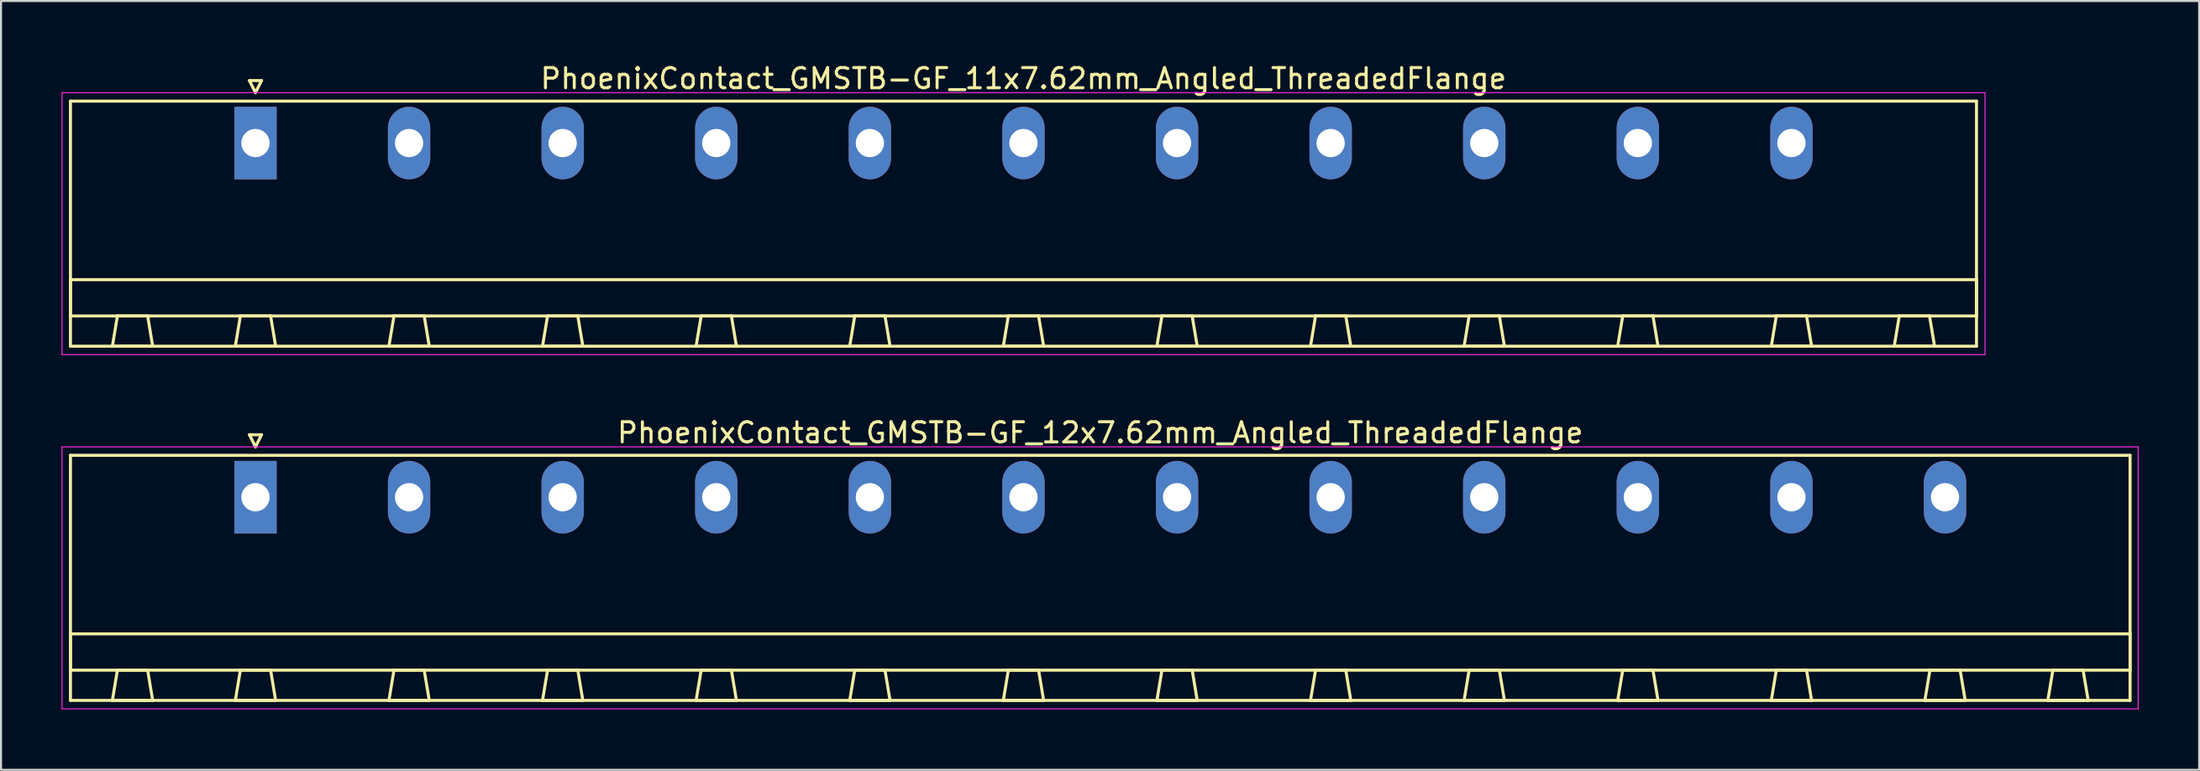
<source format=kicad_pcb>
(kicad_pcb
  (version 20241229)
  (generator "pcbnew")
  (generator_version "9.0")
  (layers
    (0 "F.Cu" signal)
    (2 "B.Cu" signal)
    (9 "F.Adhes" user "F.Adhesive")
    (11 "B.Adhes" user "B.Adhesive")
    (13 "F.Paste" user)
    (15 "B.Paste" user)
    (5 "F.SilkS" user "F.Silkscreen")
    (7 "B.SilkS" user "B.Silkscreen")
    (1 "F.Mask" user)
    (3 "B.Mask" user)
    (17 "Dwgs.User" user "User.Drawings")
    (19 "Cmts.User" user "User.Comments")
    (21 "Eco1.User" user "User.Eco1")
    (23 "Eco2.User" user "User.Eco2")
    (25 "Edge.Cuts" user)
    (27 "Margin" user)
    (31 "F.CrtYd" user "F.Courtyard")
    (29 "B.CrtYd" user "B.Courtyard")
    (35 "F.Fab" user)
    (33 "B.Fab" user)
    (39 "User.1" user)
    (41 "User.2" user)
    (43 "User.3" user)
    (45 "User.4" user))
  (footprint "PhoenixContact_GMSTB-GF_11x7.62mm_Angled_ThreadedFlange"
    (layer "F.Cu")
    (at 9.625 4.048)
    (property "Reference" "PhoenixContact_GMSTB-GF_11x7.62mm_Angled_ThreadedFlange" (at 38.1 -3.2 0) (layer "F.SilkS") (effects (font (size 1 1) (thickness 0.15))))
    (attr through_hole)
    (fp_line (start -9.18 -2.08) (end -9.18 10.08) (stroke (width 0.15) (type solid)) (layer "F.SilkS"))
    (fp_line (start -9.18 6.78) (end 85.38 6.78) (stroke (width 0.15) (type solid)) (layer "F.SilkS"))
    (fp_line (start -9.18 8.58) (end -9.18 6.78) (stroke (width 0.15) (type solid)) (layer "F.SilkS"))
    (fp_line (start -9.18 10.08) (end 85.38 10.08) (stroke (width 0.15) (type solid)) (layer "F.SilkS"))
    (fp_line (start -7.1 10.08) (end -5.1 10.08) (stroke (width 0.15) (type solid)) (layer "F.SilkS"))
    (fp_line (start -6.85 8.58) (end -7.1 10.08) (stroke (width 0.15) (type solid)) (layer "F.SilkS"))
    (fp_line (start -5.35 8.58) (end -6.85 8.58) (stroke (width 0.15) (type solid)) (layer "F.SilkS"))
    (fp_line (start -5.1 10.08) (end -5.35 8.58) (stroke (width 0.15) (type solid)) (layer "F.SilkS"))
    (fp_line (start -1 10.08) (end 1 10.08) (stroke (width 0.15) (type solid)) (layer "F.SilkS"))
    (fp_line (start -0.75 8.58) (end -1 10.08) (stroke (width 0.15) (type solid)) (layer "F.SilkS"))
    (fp_line (start -0.3 -3.1) (end 0 -2.5) (stroke (width 0.15) (type solid)) (layer "F.SilkS"))
    (fp_line (start 0 -2.5) (end 0.3 -3.1) (stroke (width 0.15) (type solid)) (layer "F.SilkS"))
    (fp_line (start 0.3 -3.1) (end -0.3 -3.1) (stroke (width 0.15) (type solid)) (layer "F.SilkS"))
    (fp_line (start 0.75 8.58) (end -0.75 8.58) (stroke (width 0.15) (type solid)) (layer "F.SilkS"))
    (fp_line (start 1 10.08) (end 0.75 8.58) (stroke (width 0.15) (type solid)) (layer "F.SilkS"))
    (fp_line (start 6.62 10.08) (end 8.62 10.08) (stroke (width 0.15) (type solid)) (layer "F.SilkS"))
    (fp_line (start 6.87 8.58) (end 6.62 10.08) (stroke (width 0.15) (type solid)) (layer "F.SilkS"))
    (fp_line (start 8.37 8.58) (end 6.87 8.58) (stroke (width 0.15) (type solid)) (layer "F.SilkS"))
    (fp_line (start 8.62 10.08) (end 8.37 8.58) (stroke (width 0.15) (type solid)) (layer "F.SilkS"))
    (fp_line (start 14.24 10.08) (end 16.24 10.08) (stroke (width 0.15) (type solid)) (layer "F.SilkS"))
    (fp_line (start 14.49 8.58) (end 14.24 10.08) (stroke (width 0.15) (type solid)) (layer "F.SilkS"))
    (fp_line (start 15.99 8.58) (end 14.49 8.58) (stroke (width 0.15) (type solid)) (layer "F.SilkS"))
    (fp_line (start 16.24 10.08) (end 15.99 8.58) (stroke (width 0.15) (type solid)) (layer "F.SilkS"))
    (fp_line (start 21.86 10.08) (end 23.86 10.08) (stroke (width 0.15) (type solid)) (layer "F.SilkS"))
    (fp_line (start 22.11 8.58) (end 21.86 10.08) (stroke (width 0.15) (type solid)) (layer "F.SilkS"))
    (fp_line (start 23.61 8.58) (end 22.11 8.58) (stroke (width 0.15) (type solid)) (layer "F.SilkS"))
    (fp_line (start 23.86 10.08) (end 23.61 8.58) (stroke (width 0.15) (type solid)) (layer "F.SilkS"))
    (fp_line (start 29.48 10.08) (end 31.48 10.08) (stroke (width 0.15) (type solid)) (layer "F.SilkS"))
    (fp_line (start 29.73 8.58) (end 29.48 10.08) (stroke (width 0.15) (type solid)) (layer "F.SilkS"))
    (fp_line (start 31.23 8.58) (end 29.73 8.58) (stroke (width 0.15) (type solid)) (layer "F.SilkS"))
    (fp_line (start 31.48 10.08) (end 31.23 8.58) (stroke (width 0.15) (type solid)) (layer "F.SilkS"))
    (fp_line (start 37.1 10.08) (end 39.1 10.08) (stroke (width 0.15) (type solid)) (layer "F.SilkS"))
    (fp_line (start 37.35 8.58) (end 37.1 10.08) (stroke (width 0.15) (type solid)) (layer "F.SilkS"))
    (fp_line (start 38.85 8.58) (end 37.35 8.58) (stroke (width 0.15) (type solid)) (layer "F.SilkS"))
    (fp_line (start 39.1 10.08) (end 38.85 8.58) (stroke (width 0.15) (type solid)) (layer "F.SilkS"))
    (fp_line (start 44.72 10.08) (end 46.72 10.08) (stroke (width 0.15) (type solid)) (layer "F.SilkS"))
    (fp_line (start 44.97 8.58) (end 44.72 10.08) (stroke (width 0.15) (type solid)) (layer "F.SilkS"))
    (fp_line (start 46.47 8.58) (end 44.97 8.58) (stroke (width 0.15) (type solid)) (layer "F.SilkS"))
    (fp_line (start 46.72 10.08) (end 46.47 8.58) (stroke (width 0.15) (type solid)) (layer "F.SilkS"))
    (fp_line (start 52.34 10.08) (end 54.34 10.08) (stroke (width 0.15) (type solid)) (layer "F.SilkS"))
    (fp_line (start 52.59 8.58) (end 52.34 10.08) (stroke (width 0.15) (type solid)) (layer "F.SilkS"))
    (fp_line (start 54.09 8.58) (end 52.59 8.58) (stroke (width 0.15) (type solid)) (layer "F.SilkS"))
    (fp_line (start 54.34 10.08) (end 54.09 8.58) (stroke (width 0.15) (type solid)) (layer "F.SilkS"))
    (fp_line (start 59.96 10.08) (end 61.96 10.08) (stroke (width 0.15) (type solid)) (layer "F.SilkS"))
    (fp_line (start 60.21 8.58) (end 59.96 10.08) (stroke (width 0.15) (type solid)) (layer "F.SilkS"))
    (fp_line (start 61.71 8.58) (end 60.21 8.58) (stroke (width 0.15) (type solid)) (layer "F.SilkS"))
    (fp_line (start 61.96 10.08) (end 61.71 8.58) (stroke (width 0.15) (type solid)) (layer "F.SilkS"))
    (fp_line (start 67.58 10.08) (end 69.58 10.08) (stroke (width 0.15) (type solid)) (layer "F.SilkS"))
    (fp_line (start 67.83 8.58) (end 67.58 10.08) (stroke (width 0.15) (type solid)) (layer "F.SilkS"))
    (fp_line (start 69.33 8.58) (end 67.83 8.58) (stroke (width 0.15) (type solid)) (layer "F.SilkS"))
    (fp_line (start 69.58 10.08) (end 69.33 8.58) (stroke (width 0.15) (type solid)) (layer "F.SilkS"))
    (fp_line (start 75.2 10.08) (end 77.2 10.08) (stroke (width 0.15) (type solid)) (layer "F.SilkS"))
    (fp_line (start 75.45 8.58) (end 75.2 10.08) (stroke (width 0.15) (type solid)) (layer "F.SilkS"))
    (fp_line (start 76.95 8.58) (end 75.45 8.58) (stroke (width 0.15) (type solid)) (layer "F.SilkS"))
    (fp_line (start 77.2 10.08) (end 76.95 8.58) (stroke (width 0.15) (type solid)) (layer "F.SilkS"))
    (fp_line (start 81.3 10.08) (end 83.3 10.08) (stroke (width 0.15) (type solid)) (layer "F.SilkS"))
    (fp_line (start 81.55 8.58) (end 81.3 10.08) (stroke (width 0.15) (type solid)) (layer "F.SilkS"))
    (fp_line (start 83.05 8.58) (end 81.55 8.58) (stroke (width 0.15) (type solid)) (layer "F.SilkS"))
    (fp_line (start 83.3 10.08) (end 83.05 8.58) (stroke (width 0.15) (type solid)) (layer "F.SilkS"))
    (fp_line (start 85.38 -2.08) (end -9.18 -2.08) (stroke (width 0.15) (type solid)) (layer "F.SilkS"))
    (fp_line (start 85.38 6.78) (end 85.38 8.58) (stroke (width 0.15) (type solid)) (layer "F.SilkS"))
    (fp_line (start 85.38 8.58) (end -9.18 8.58) (stroke (width 0.15) (type solid)) (layer "F.SilkS"))
    (fp_line (start 85.38 10.08) (end 85.38 -2.08) (stroke (width 0.15) (type solid)) (layer "F.SilkS"))
    (fp_line (start -9.6 -2.5) (end -9.6 10.5) (stroke (width 0.05) (type solid)) (layer "F.CrtYd"))
    (fp_line (start -9.6 10.5) (end 85.8 10.5) (stroke (width 0.05) (type solid)) (layer "F.CrtYd"))
    (fp_line (start 85.8 -2.5) (end -9.6 -2.5) (stroke (width 0.05) (type solid)) (layer "F.CrtYd"))
    (fp_line (start 85.8 10.5) (end 85.8 -2.5) (stroke (width 0.05) (type solid)) (layer "F.CrtYd"))
    (pad "1" thru_hole rect (at 0 0) (size 2.1 3.6) (drill 1.4) (layers "*.Cu" "*.Mask"))
    (pad "2" thru_hole oval (at 7.62 0) (size 2.1 3.6) (drill 1.4) (layers "*.Cu" "*.Mask"))
    (pad "3" thru_hole oval (at 15.24 0) (size 2.1 3.6) (drill 1.4) (layers "*.Cu" "*.Mask"))
    (pad "4" thru_hole oval (at 22.86 0) (size 2.1 3.6) (drill 1.4) (layers "*.Cu" "*.Mask"))
    (pad "5" thru_hole oval (at 30.48 0) (size 2.1 3.6) (drill 1.4) (layers "*.Cu" "*.Mask"))
    (pad "6" thru_hole oval (at 38.1 0) (size 2.1 3.6) (drill 1.4) (layers "*.Cu" "*.Mask"))
    (pad "7" thru_hole oval (at 45.72 0) (size 2.1 3.6) (drill 1.4) (layers "*.Cu" "*.Mask"))
    (pad "8" thru_hole oval (at 53.34 0) (size 2.1 3.6) (drill 1.4) (layers "*.Cu" "*.Mask"))
    (pad "9" thru_hole oval (at 60.96 0) (size 2.1 3.6) (drill 1.4) (layers "*.Cu" "*.Mask"))
    (pad "10" thru_hole oval (at 68.58 0) (size 2.1 3.6) (drill 1.4) (layers "*.Cu" "*.Mask"))
    (pad "11" thru_hole oval (at 76.2 0) (size 2.1 3.6) (drill 1.4) (layers "*.Cu" "*.Mask")))
  (footprint "PhoenixContact_GMSTB-GF_12x7.62mm_Angled_ThreadedFlange"
    (layer "F.Cu")
    (at 9.625 21.622)
    (property "Reference" "PhoenixContact_GMSTB-GF_12x7.62mm_Angled_ThreadedFlange" (at 41.91 -3.2 0) (layer "F.SilkS") (effects (font (size 1 1) (thickness 0.15))))
    (attr through_hole)
    (fp_line (start -9.18 -2.08) (end -9.18 10.08) (stroke (width 0.15) (type solid)) (layer "F.SilkS"))
    (fp_line (start -9.18 6.78) (end 93 6.78) (stroke (width 0.15) (type solid)) (layer "F.SilkS"))
    (fp_line (start -9.18 8.58) (end -9.18 6.78) (stroke (width 0.15) (type solid)) (layer "F.SilkS"))
    (fp_line (start -9.18 10.08) (end 93 10.08) (stroke (width 0.15) (type solid)) (layer "F.SilkS"))
    (fp_line (start -7.1 10.08) (end -5.1 10.08) (stroke (width 0.15) (type solid)) (layer "F.SilkS"))
    (fp_line (start -6.85 8.58) (end -7.1 10.08) (stroke (width 0.15) (type solid)) (layer "F.SilkS"))
    (fp_line (start -5.35 8.58) (end -6.85 8.58) (stroke (width 0.15) (type solid)) (layer "F.SilkS"))
    (fp_line (start -5.1 10.08) (end -5.35 8.58) (stroke (width 0.15) (type solid)) (layer "F.SilkS"))
    (fp_line (start -1 10.08) (end 1 10.08) (stroke (width 0.15) (type solid)) (layer "F.SilkS"))
    (fp_line (start -0.75 8.58) (end -1 10.08) (stroke (width 0.15) (type solid)) (layer "F.SilkS"))
    (fp_line (start -0.3 -3.1) (end 0 -2.5) (stroke (width 0.15) (type solid)) (layer "F.SilkS"))
    (fp_line (start 0 -2.5) (end 0.3 -3.1) (stroke (width 0.15) (type solid)) (layer "F.SilkS"))
    (fp_line (start 0.3 -3.1) (end -0.3 -3.1) (stroke (width 0.15) (type solid)) (layer "F.SilkS"))
    (fp_line (start 0.75 8.58) (end -0.75 8.58) (stroke (width 0.15) (type solid)) (layer "F.SilkS"))
    (fp_line (start 1 10.08) (end 0.75 8.58) (stroke (width 0.15) (type solid)) (layer "F.SilkS"))
    (fp_line (start 6.62 10.08) (end 8.62 10.08) (stroke (width 0.15) (type solid)) (layer "F.SilkS"))
    (fp_line (start 6.87 8.58) (end 6.62 10.08) (stroke (width 0.15) (type solid)) (layer "F.SilkS"))
    (fp_line (start 8.37 8.58) (end 6.87 8.58) (stroke (width 0.15) (type solid)) (layer "F.SilkS"))
    (fp_line (start 8.62 10.08) (end 8.37 8.58) (stroke (width 0.15) (type solid)) (layer "F.SilkS"))
    (fp_line (start 14.24 10.08) (end 16.24 10.08) (stroke (width 0.15) (type solid)) (layer "F.SilkS"))
    (fp_line (start 14.49 8.58) (end 14.24 10.08) (stroke (width 0.15) (type solid)) (layer "F.SilkS"))
    (fp_line (start 15.99 8.58) (end 14.49 8.58) (stroke (width 0.15) (type solid)) (layer "F.SilkS"))
    (fp_line (start 16.24 10.08) (end 15.99 8.58) (stroke (width 0.15) (type solid)) (layer "F.SilkS"))
    (fp_line (start 21.86 10.08) (end 23.86 10.08) (stroke (width 0.15) (type solid)) (layer "F.SilkS"))
    (fp_line (start 22.11 8.58) (end 21.86 10.08) (stroke (width 0.15) (type solid)) (layer "F.SilkS"))
    (fp_line (start 23.61 8.58) (end 22.11 8.58) (stroke (width 0.15) (type solid)) (layer "F.SilkS"))
    (fp_line (start 23.86 10.08) (end 23.61 8.58) (stroke (width 0.15) (type solid)) (layer "F.SilkS"))
    (fp_line (start 29.48 10.08) (end 31.48 10.08) (stroke (width 0.15) (type solid)) (layer "F.SilkS"))
    (fp_line (start 29.73 8.58) (end 29.48 10.08) (stroke (width 0.15) (type solid)) (layer "F.SilkS"))
    (fp_line (start 31.23 8.58) (end 29.73 8.58) (stroke (width 0.15) (type solid)) (layer "F.SilkS"))
    (fp_line (start 31.48 10.08) (end 31.23 8.58) (stroke (width 0.15) (type solid)) (layer "F.SilkS"))
    (fp_line (start 37.1 10.08) (end 39.1 10.08) (stroke (width 0.15) (type solid)) (layer "F.SilkS"))
    (fp_line (start 37.35 8.58) (end 37.1 10.08) (stroke (width 0.15) (type solid)) (layer "F.SilkS"))
    (fp_line (start 38.85 8.58) (end 37.35 8.58) (stroke (width 0.15) (type solid)) (layer "F.SilkS"))
    (fp_line (start 39.1 10.08) (end 38.85 8.58) (stroke (width 0.15) (type solid)) (layer "F.SilkS"))
    (fp_line (start 44.72 10.08) (end 46.72 10.08) (stroke (width 0.15) (type solid)) (layer "F.SilkS"))
    (fp_line (start 44.97 8.58) (end 44.72 10.08) (stroke (width 0.15) (type solid)) (layer "F.SilkS"))
    (fp_line (start 46.47 8.58) (end 44.97 8.58) (stroke (width 0.15) (type solid)) (layer "F.SilkS"))
    (fp_line (start 46.72 10.08) (end 46.47 8.58) (stroke (width 0.15) (type solid)) (layer "F.SilkS"))
    (fp_line (start 52.34 10.08) (end 54.34 10.08) (stroke (width 0.15) (type solid)) (layer "F.SilkS"))
    (fp_line (start 52.59 8.58) (end 52.34 10.08) (stroke (width 0.15) (type solid)) (layer "F.SilkS"))
    (fp_line (start 54.09 8.58) (end 52.59 8.58) (stroke (width 0.15) (type solid)) (layer "F.SilkS"))
    (fp_line (start 54.34 10.08) (end 54.09 8.58) (stroke (width 0.15) (type solid)) (layer "F.SilkS"))
    (fp_line (start 59.96 10.08) (end 61.96 10.08) (stroke (width 0.15) (type solid)) (layer "F.SilkS"))
    (fp_line (start 60.21 8.58) (end 59.96 10.08) (stroke (width 0.15) (type solid)) (layer "F.SilkS"))
    (fp_line (start 61.71 8.58) (end 60.21 8.58) (stroke (width 0.15) (type solid)) (layer "F.SilkS"))
    (fp_line (start 61.96 10.08) (end 61.71 8.58) (stroke (width 0.15) (type solid)) (layer "F.SilkS"))
    (fp_line (start 67.58 10.08) (end 69.58 10.08) (stroke (width 0.15) (type solid)) (layer "F.SilkS"))
    (fp_line (start 67.83 8.58) (end 67.58 10.08) (stroke (width 0.15) (type solid)) (layer "F.SilkS"))
    (fp_line (start 69.33 8.58) (end 67.83 8.58) (stroke (width 0.15) (type solid)) (layer "F.SilkS"))
    (fp_line (start 69.58 10.08) (end 69.33 8.58) (stroke (width 0.15) (type solid)) (layer "F.SilkS"))
    (fp_line (start 75.2 10.08) (end 77.2 10.08) (stroke (width 0.15) (type solid)) (layer "F.SilkS"))
    (fp_line (start 75.45 8.58) (end 75.2 10.08) (stroke (width 0.15) (type solid)) (layer "F.SilkS"))
    (fp_line (start 76.95 8.58) (end 75.45 8.58) (stroke (width 0.15) (type solid)) (layer "F.SilkS"))
    (fp_line (start 77.2 10.08) (end 76.95 8.58) (stroke (width 0.15) (type solid)) (layer "F.SilkS"))
    (fp_line (start 82.82 10.08) (end 84.82 10.08) (stroke (width 0.15) (type solid)) (layer "F.SilkS"))
    (fp_line (start 83.07 8.58) (end 82.82 10.08) (stroke (width 0.15) (type solid)) (layer "F.SilkS"))
    (fp_line (start 84.57 8.58) (end 83.07 8.58) (stroke (width 0.15) (type solid)) (layer "F.SilkS"))
    (fp_line (start 84.82 10.08) (end 84.57 8.58) (stroke (width 0.15) (type solid)) (layer "F.SilkS"))
    (fp_line (start 88.92 10.08) (end 90.92 10.08) (stroke (width 0.15) (type solid)) (layer "F.SilkS"))
    (fp_line (start 89.17 8.58) (end 88.92 10.08) (stroke (width 0.15) (type solid)) (layer "F.SilkS"))
    (fp_line (start 90.67 8.58) (end 89.17 8.58) (stroke (width 0.15) (type solid)) (layer "F.SilkS"))
    (fp_line (start 90.92 10.08) (end 90.67 8.58) (stroke (width 0.15) (type solid)) (layer "F.SilkS"))
    (fp_line (start 93 -2.08) (end -9.18 -2.08) (stroke (width 0.15) (type solid)) (layer "F.SilkS"))
    (fp_line (start 93 6.78) (end 93 8.58) (stroke (width 0.15) (type solid)) (layer "F.SilkS"))
    (fp_line (start 93 8.58) (end -9.18 8.58) (stroke (width 0.15) (type solid)) (layer "F.SilkS"))
    (fp_line (start 93 10.08) (end 93 -2.08) (stroke (width 0.15) (type solid)) (layer "F.SilkS"))
    (fp_line (start -9.6 -2.5) (end -9.6 10.5) (stroke (width 0.05) (type solid)) (layer "F.CrtYd"))
    (fp_line (start -9.6 10.5) (end 93.4 10.5) (stroke (width 0.05) (type solid)) (layer "F.CrtYd"))
    (fp_line (start 93.4 -2.5) (end -9.6 -2.5) (stroke (width 0.05) (type solid)) (layer "F.CrtYd"))
    (fp_line (start 93.4 10.5) (end 93.4 -2.5) (stroke (width 0.05) (type solid)) (layer "F.CrtYd"))
    (pad "1" thru_hole rect (at 0 0) (size 2.1 3.6) (drill 1.4) (layers "*.Cu" "*.Mask"))
    (pad "2" thru_hole oval (at 7.62 0) (size 2.1 3.6) (drill 1.4) (layers "*.Cu" "*.Mask"))
    (pad "3" thru_hole oval (at 15.24 0) (size 2.1 3.6) (drill 1.4) (layers "*.Cu" "*.Mask"))
    (pad "4" thru_hole oval (at 22.86 0) (size 2.1 3.6) (drill 1.4) (layers "*.Cu" "*.Mask"))
    (pad "5" thru_hole oval (at 30.48 0) (size 2.1 3.6) (drill 1.4) (layers "*.Cu" "*.Mask"))
    (pad "6" thru_hole oval (at 38.1 0) (size 2.1 3.6) (drill 1.4) (layers "*.Cu" "*.Mask"))
    (pad "7" thru_hole oval (at 45.72 0) (size 2.1 3.6) (drill 1.4) (layers "*.Cu" "*.Mask"))
    (pad "8" thru_hole oval (at 53.34 0) (size 2.1 3.6) (drill 1.4) (layers "*.Cu" "*.Mask"))
    (pad "9" thru_hole oval (at 60.96 0) (size 2.1 3.6) (drill 1.4) (layers "*.Cu" "*.Mask"))
    (pad "10" thru_hole oval (at 68.58 0) (size 2.1 3.6) (drill 1.4) (layers "*.Cu" "*.Mask"))
    (pad "11" thru_hole oval (at 76.2 0) (size 2.1 3.6) (drill 1.4) (layers "*.Cu" "*.Mask"))
    (pad "12" thru_hole oval (at 83.82 0) (size 2.1 3.6) (drill 1.4) (layers "*.Cu" "*.Mask")))
  (gr_rect
    (start -3 -3)
    (end 106.05 35.147)
    (stroke (width 0.1) (type default))
    (fill no)
    (layer "Edge.Cuts")))
</source>
